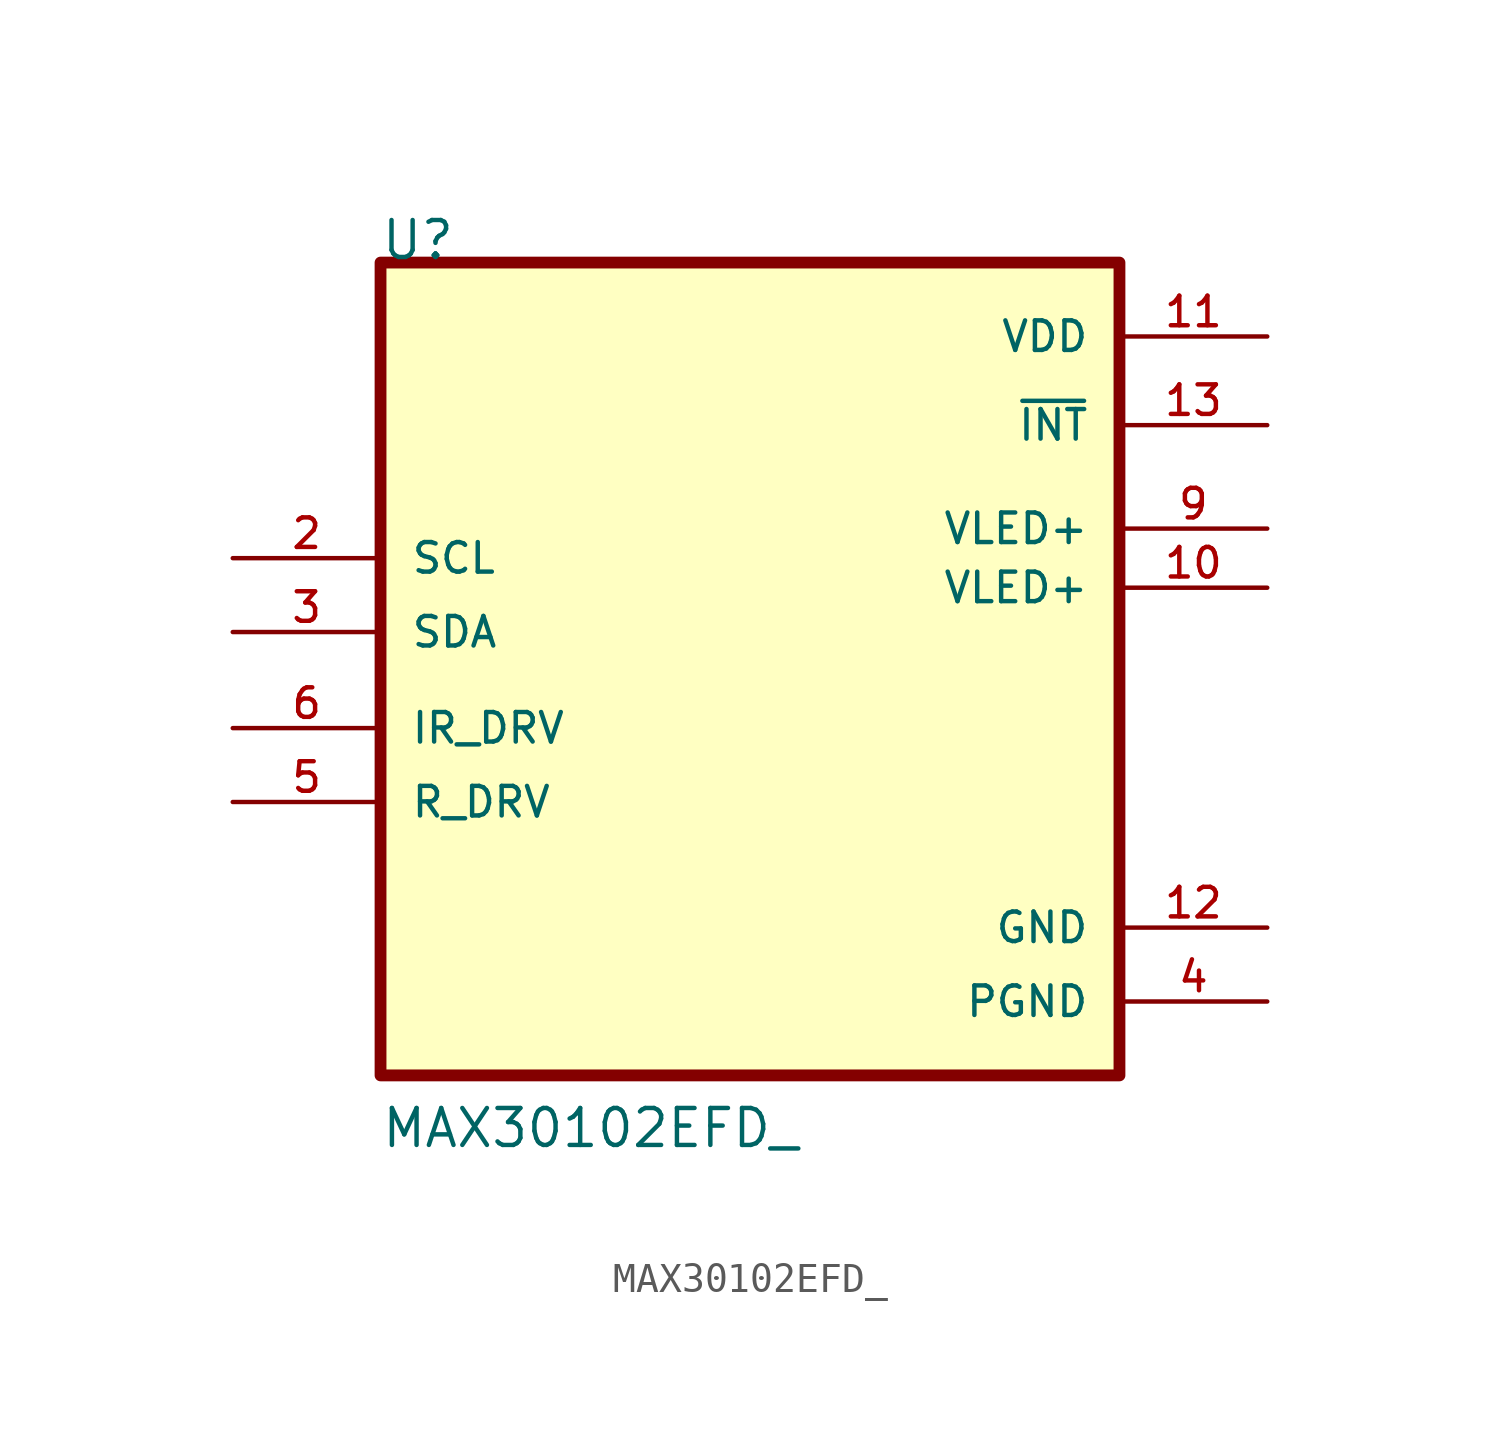
<source format=kicad_sym>
(kicad_symbol_lib
  (version 20220914)
  (generator kicad_symbol_editor)
  (symbol "MAX30102EFD_"
    (pin_names
      (offset 1.016))
    (property "Reference" "U"
      (at -12.725 15.27 0)
      (effects (font (size 1.27 1.27)) (justify left bottom)))
    (property "Value" "MAX30102EFD_"
      (at -12.711 -15.253 0)
      (effects (font (size 1.27 1.27)) (justify left bottom)))
    (symbol "MAX30102EFD__0_0"
      (rectangle (start -12.7 -12.7) (end 12.7 15.24) (stroke (width 0.406) (type default)) (fill (type background)))
      (pin power_in line (at 17.78 -7.62 180) (length 5.08) (name "GND" (effects (font (size 1.016 1.016)))) (number "12" (effects (font (size 1.016 1.016))))))
    (symbol "MAX30102EFD__1_0"
      (pin passive line (at 17.78 4.064 180) (length 5.08) (name "VLED+" (effects (font (size 1.016 1.016)))) (number "10" (effects (font (size 1.016 1.016)))))
      (pin power_in line (at 17.78 12.7 180) (length 5.08) (name "VDD" (effects (font (size 1.016 1.016)))) (number "11" (effects (font (size 1.016 1.016)))))
      (pin passive line (at 17.78 9.652 180) (length 5.08) (name "~{INT}" (effects (font (size 1.016 1.016)))) (number "13" (effects (font (size 1.016 1.016)))))
      (pin passive line (at -17.78 5.08 0) (length 5.08) (name "SCL" (effects (font (size 1.016 1.016)))) (number "2" (effects (font (size 1.016 1.016)))))
      (pin passive line (at -17.78 2.54 0) (length 5.08) (name "SDA" (effects (font (size 1.016 1.016)))) (number "3" (effects (font (size 1.016 1.016)))))
      (pin passive line (at 17.78 -10.16 180) (length 5.08) (name "PGND" (effects (font (size 1.016 1.016)))) (number "4" (effects (font (size 1.016 1.016)))))
      (pin passive line (at -17.78 -3.302 0) (length 5.08) (name "R_DRV" (effects (font (size 1.016 1.016)))) (number "5" (effects (font (size 1.016 1.016)))))
      (pin passive line (at -17.78 -0.762 0) (length 5.08) (name "IR_DRV" (effects (font (size 1.016 1.016)))) (number "6" (effects (font (size 1.016 1.016)))))
      (pin passive line (at 17.78 6.096 180) (length 5.08) (name "VLED+" (effects (font (size 1.016 1.016)))) (number "9" (effects (font (size 1.016 1.016))))))))
</source>
